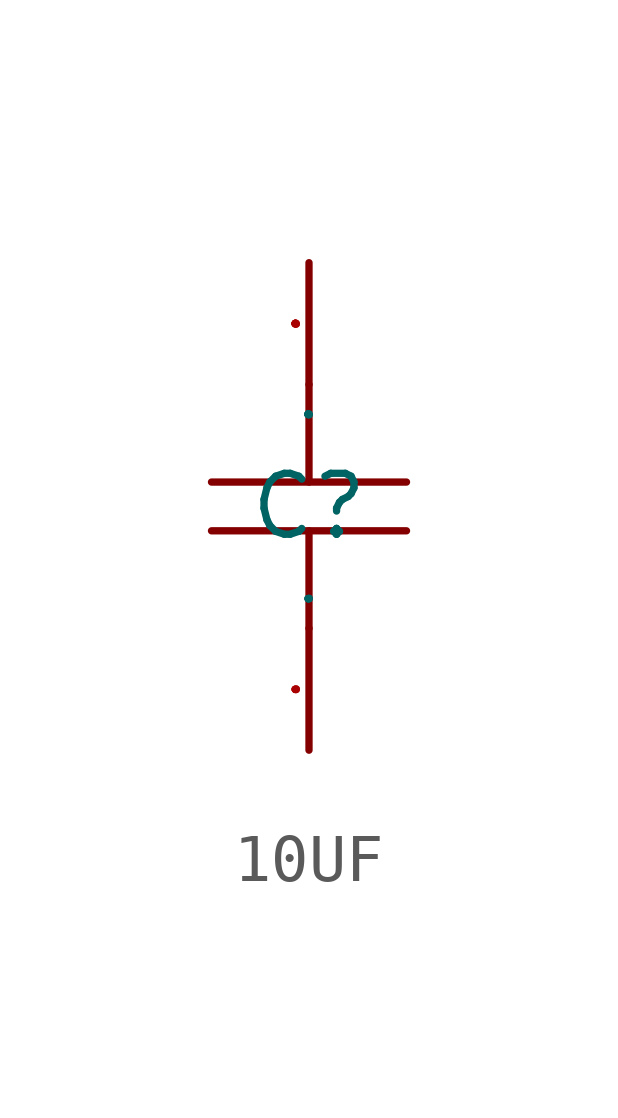
<source format=kicad_sym>
(kicad_symbol_lib
  (version 20231120)
  (generator "kicad_symbol_editor")
  (generator_version "8.0")
  (symbol "10UF"
    (property "Reference" "C"
      (at 0 0 0)
      (effects (font (size 1.27 1.27))))
    (property "Value" ""
      (at 0 0 0)
      (effects (font (size 1.27 1.27))))
    (symbol "10UF_1_0"
      (polyline (pts (xy -2.032 0.508) (xy 2.032 0.508)) (stroke (width 0) (type default)) (fill (type none)))
      (polyline (pts (xy 0 -0.508) (xy 0 -2.54)) (stroke (width 0) (type default)) (fill (type none)))
      (polyline (pts (xy 0 2.54) (xy 0 0.508)) (stroke (width 0) (type default)) (fill (type none)))
      (polyline (pts (xy 2.032 -0.508) (xy -2.032 -0.508)) (stroke (width 0) (type default)) (fill (type none)))
      (pin unspecified line (at 0 -5.08 90) (length 2.54) (name "1" (effects (font (size 0.025 0.025)))) (number "1" (effects (font (size 0.025 0.025)))))
      (pin unspecified line (at 0 5.08 270) (length 2.54) (name "2" (effects (font (size 0.025 0.025)))) (number "2" (effects (font (size 0.025 0.025))))))))
</source>
